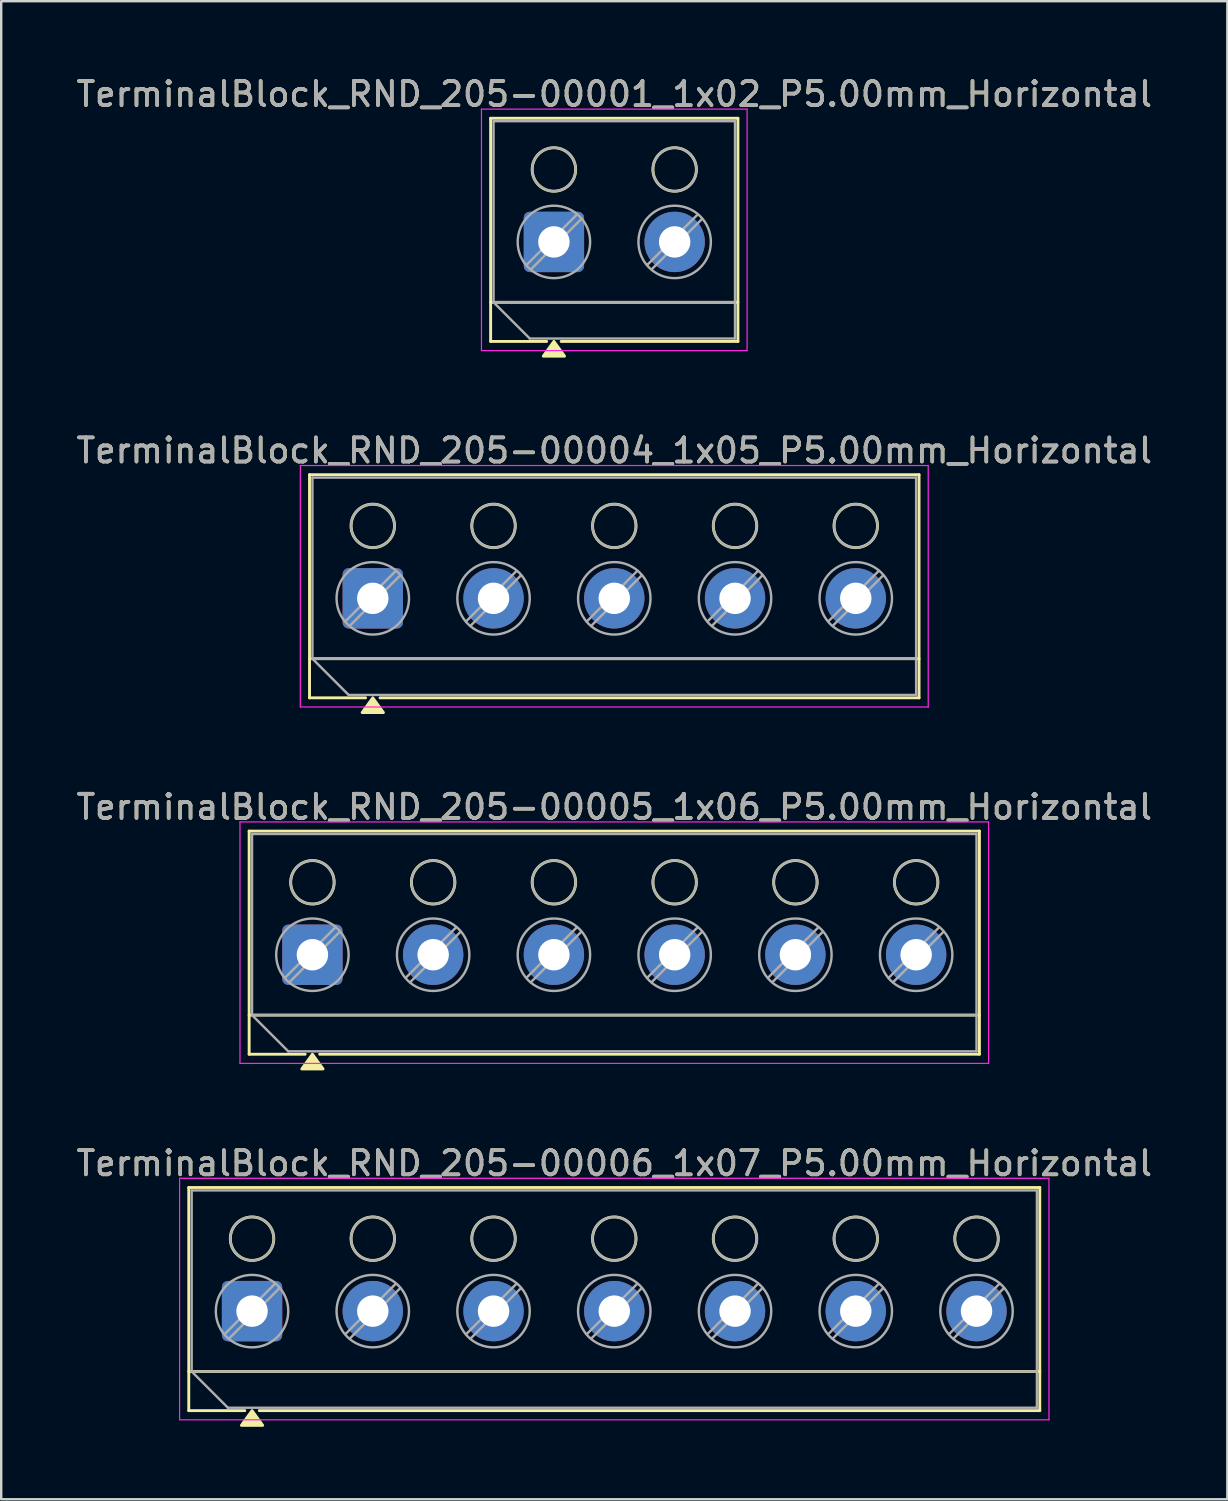
<source format=kicad_pcb>
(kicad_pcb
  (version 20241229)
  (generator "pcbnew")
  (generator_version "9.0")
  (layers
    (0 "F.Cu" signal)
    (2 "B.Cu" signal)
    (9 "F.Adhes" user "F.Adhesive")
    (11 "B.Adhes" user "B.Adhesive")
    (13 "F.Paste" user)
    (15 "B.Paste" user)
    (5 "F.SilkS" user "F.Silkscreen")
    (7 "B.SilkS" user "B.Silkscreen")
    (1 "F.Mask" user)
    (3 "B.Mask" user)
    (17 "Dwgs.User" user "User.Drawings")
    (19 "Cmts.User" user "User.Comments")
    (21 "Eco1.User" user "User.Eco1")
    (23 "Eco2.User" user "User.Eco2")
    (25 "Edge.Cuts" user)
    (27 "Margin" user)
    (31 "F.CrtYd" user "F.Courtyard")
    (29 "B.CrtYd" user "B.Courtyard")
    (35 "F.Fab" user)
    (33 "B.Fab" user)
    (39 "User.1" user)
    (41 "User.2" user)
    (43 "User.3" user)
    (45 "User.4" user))
  (footprint "TerminalBlock_RND_205-00004_1x05_P5.00mm_Horizontal"
    (layer "F.Cu")
    (at 12.387 21.727)
    (property "Reference" "TerminalBlock_RND_205-00004_1x05_P5.00mm_Horizontal" (at 10 -6.12 0) (layer "F.SilkS") (effects (font (size 1 1) (thickness 0.15))))
    (attr through_hole)
    (fp_line (start -2.62 -5.12) (end -2.62 4.12) (stroke (width 0.12) (type solid)) (layer "F.SilkS"))
    (fp_line (start -2.62 -5.12) (end 22.62 -5.12) (stroke (width 0.12) (type solid)) (layer "F.SilkS"))
    (fp_line (start -2.62 2.5) (end 22.62 2.5) (stroke (width 0.12) (type solid)) (layer "F.SilkS"))
    (fp_line (start -2.62 4.12) (end -0.3 4.12) (stroke (width 0.12) (type solid)) (layer "F.SilkS"))
    (fp_line (start 0.3 4.12) (end 22.62 4.12) (stroke (width 0.12) (type solid)) (layer "F.SilkS"))
    (fp_line (start 22.62 -5.12) (end 22.62 4.12) (stroke (width 0.12) (type solid)) (layer "F.SilkS"))
    (fp_circle (center 0 -3) (end 0.9 -3) (stroke (width 0.12) (type solid)) (fill no) (layer "F.SilkS"))
    (fp_circle (center 5 -3) (end 5.9 -3) (stroke (width 0.12) (type solid)) (fill no) (layer "F.SilkS"))
    (fp_circle (center 10 -3) (end 10.9 -3) (stroke (width 0.12) (type solid)) (fill no) (layer "F.SilkS"))
    (fp_circle (center 15 -3) (end 15.9 -3) (stroke (width 0.12) (type solid)) (fill no) (layer "F.SilkS"))
    (fp_circle (center 20 -3) (end 20.9 -3) (stroke (width 0.12) (type solid)) (fill no) (layer "F.SilkS"))
    (fp_poly (pts (xy 0 4.12) (xy 0.44 4.73) (xy -0.44 4.73)) (stroke (width 0.12) (type solid)) (fill yes) (layer "F.SilkS"))
    (fp_line (start -3 -5.5) (end -3 4.5) (stroke (width 0.05) (type solid)) (layer "F.CrtYd"))
    (fp_line (start -3 4.5) (end 23 4.5) (stroke (width 0.05) (type solid)) (layer "F.CrtYd"))
    (fp_line (start 23 -5.5) (end -3 -5.5) (stroke (width 0.05) (type solid)) (layer "F.CrtYd"))
    (fp_line (start 23 4.5) (end 23 -5.5) (stroke (width 0.05) (type solid)) (layer "F.CrtYd"))
    (fp_line (start -2.5 -5) (end 22.5 -5) (stroke (width 0.1) (type solid)) (layer "F.Fab"))
    (fp_line (start -2.5 2.5) (end -2.5 -5) (stroke (width 0.1) (type solid)) (layer "F.Fab"))
    (fp_line (start -2.5 2.5) (end 22.5 2.5) (stroke (width 0.1) (type solid)) (layer "F.Fab"))
    (fp_line (start -1 4) (end -2.5 2.5) (stroke (width 0.1) (type solid)) (layer "F.Fab"))
    (fp_line (start 0.955 -1.138) (end -1.138 0.955) (stroke (width 0.1) (type solid)) (layer "F.Fab"))
    (fp_line (start 1.138 -0.955) (end -0.955 1.138) (stroke (width 0.1) (type solid)) (layer "F.Fab"))
    (fp_line (start 5.955 -1.138) (end 3.862 0.955) (stroke (width 0.1) (type solid)) (layer "F.Fab"))
    (fp_line (start 6.138 -0.955) (end 4.045 1.138) (stroke (width 0.1) (type solid)) (layer "F.Fab"))
    (fp_line (start 10.955 -1.138) (end 8.862 0.955) (stroke (width 0.1) (type solid)) (layer "F.Fab"))
    (fp_line (start 11.138 -0.955) (end 9.045 1.138) (stroke (width 0.1) (type solid)) (layer "F.Fab"))
    (fp_line (start 15.955 -1.138) (end 13.862 0.955) (stroke (width 0.1) (type solid)) (layer "F.Fab"))
    (fp_line (start 16.138 -0.955) (end 14.045 1.138) (stroke (width 0.1) (type solid)) (layer "F.Fab"))
    (fp_line (start 20.955 -1.138) (end 18.862 0.955) (stroke (width 0.1) (type solid)) (layer "F.Fab"))
    (fp_line (start 21.138 -0.955) (end 19.045 1.138) (stroke (width 0.1) (type solid)) (layer "F.Fab"))
    (fp_line (start 22.5 -5) (end 22.5 4) (stroke (width 0.1) (type solid)) (layer "F.Fab"))
    (fp_line (start 22.5 4) (end -1 4) (stroke (width 0.1) (type solid)) (layer "F.Fab"))
    (fp_circle (center 0 -3) (end 0.9 -3) (stroke (width 0.1) (type solid)) (fill no) (layer "F.Fab"))
    (fp_circle (center 0 0) (end 1.5 0) (stroke (width 0.1) (type solid)) (fill no) (layer "F.Fab"))
    (fp_circle (center 5 -3) (end 5.9 -3) (stroke (width 0.1) (type solid)) (fill no) (layer "F.Fab"))
    (fp_circle (center 5 0) (end 6.5 0) (stroke (width 0.1) (type solid)) (fill no) (layer "F.Fab"))
    (fp_circle (center 10 -3) (end 10.9 -3) (stroke (width 0.1) (type solid)) (fill no) (layer "F.Fab"))
    (fp_circle (center 10 0) (end 11.5 0) (stroke (width 0.1) (type solid)) (fill no) (layer "F.Fab"))
    (fp_circle (center 15 -3) (end 15.9 -3) (stroke (width 0.1) (type solid)) (fill no) (layer "F.Fab"))
    (fp_circle (center 15 0) (end 16.5 0) (stroke (width 0.1) (type solid)) (fill no) (layer "F.Fab"))
    (fp_circle (center 20 -3) (end 20.9 -3) (stroke (width 0.1) (type solid)) (fill no) (layer "F.Fab"))
    (fp_circle (center 20 0) (end 21.5 0) (stroke (width 0.1) (type solid)) (fill no) (layer "F.Fab"))
    (fp_text user "${REFERENCE}" (at 10 -6.12 0) (layer "F.Fab") (effects (font (size 1 1) (thickness 0.15))))
    (pad "1" thru_hole roundrect (at 0 0) (size 2.5 2.5) (drill 1.3) (layers "*.Cu" "*.Mask") (roundrect_rratio 0.1))
    (pad "2" thru_hole circle (at 5 0) (size 2.5 2.5) (drill 1.3) (layers "*.Cu" "*.Mask"))
    (pad "3" thru_hole circle (at 10 0) (size 2.5 2.5) (drill 1.3) (layers "*.Cu" "*.Mask"))
    (pad "4" thru_hole circle (at 15 0) (size 2.5 2.5) (drill 1.3) (layers "*.Cu" "*.Mask"))
    (pad "5" thru_hole circle (at 20 0) (size 2.5 2.5) (drill 1.3) (layers "*.Cu" "*.Mask")))
  (footprint "TerminalBlock_RND_205-00005_1x06_P5.00mm_Horizontal"
    (layer "F.Cu")
    (at 9.887 36.485)
    (property "Reference" "TerminalBlock_RND_205-00005_1x06_P5.00mm_Horizontal" (at 12.5 -6.12 0) (layer "F.SilkS") (effects (font (size 1 1) (thickness 0.15))))
    (attr through_hole)
    (fp_line (start -2.62 -5.12) (end -2.62 4.12) (stroke (width 0.12) (type solid)) (layer "F.SilkS"))
    (fp_line (start -2.62 -5.12) (end 27.62 -5.12) (stroke (width 0.12) (type solid)) (layer "F.SilkS"))
    (fp_line (start -2.62 2.5) (end 27.62 2.5) (stroke (width 0.12) (type solid)) (layer "F.SilkS"))
    (fp_line (start -2.62 4.12) (end -0.3 4.12) (stroke (width 0.12) (type solid)) (layer "F.SilkS"))
    (fp_line (start 0.3 4.12) (end 27.62 4.12) (stroke (width 0.12) (type solid)) (layer "F.SilkS"))
    (fp_line (start 27.62 -5.12) (end 27.62 4.12) (stroke (width 0.12) (type solid)) (layer "F.SilkS"))
    (fp_circle (center 0 -3) (end 0.9 -3) (stroke (width 0.12) (type solid)) (fill no) (layer "F.SilkS"))
    (fp_circle (center 5 -3) (end 5.9 -3) (stroke (width 0.12) (type solid)) (fill no) (layer "F.SilkS"))
    (fp_circle (center 10 -3) (end 10.9 -3) (stroke (width 0.12) (type solid)) (fill no) (layer "F.SilkS"))
    (fp_circle (center 15 -3) (end 15.9 -3) (stroke (width 0.12) (type solid)) (fill no) (layer "F.SilkS"))
    (fp_circle (center 20 -3) (end 20.9 -3) (stroke (width 0.12) (type solid)) (fill no) (layer "F.SilkS"))
    (fp_circle (center 25 -3) (end 25.9 -3) (stroke (width 0.12) (type solid)) (fill no) (layer "F.SilkS"))
    (fp_poly (pts (xy 0 4.12) (xy 0.44 4.73) (xy -0.44 4.73)) (stroke (width 0.12) (type solid)) (fill yes) (layer "F.SilkS"))
    (fp_line (start -3 -5.5) (end -3 4.5) (stroke (width 0.05) (type solid)) (layer "F.CrtYd"))
    (fp_line (start -3 4.5) (end 28 4.5) (stroke (width 0.05) (type solid)) (layer "F.CrtYd"))
    (fp_line (start 28 -5.5) (end -3 -5.5) (stroke (width 0.05) (type solid)) (layer "F.CrtYd"))
    (fp_line (start 28 4.5) (end 28 -5.5) (stroke (width 0.05) (type solid)) (layer "F.CrtYd"))
    (fp_line (start -2.5 -5) (end 27.5 -5) (stroke (width 0.1) (type solid)) (layer "F.Fab"))
    (fp_line (start -2.5 2.5) (end -2.5 -5) (stroke (width 0.1) (type solid)) (layer "F.Fab"))
    (fp_line (start -2.5 2.5) (end 27.5 2.5) (stroke (width 0.1) (type solid)) (layer "F.Fab"))
    (fp_line (start -1 4) (end -2.5 2.5) (stroke (width 0.1) (type solid)) (layer "F.Fab"))
    (fp_line (start 0.955 -1.138) (end -1.138 0.955) (stroke (width 0.1) (type solid)) (layer "F.Fab"))
    (fp_line (start 1.138 -0.955) (end -0.955 1.138) (stroke (width 0.1) (type solid)) (layer "F.Fab"))
    (fp_line (start 5.955 -1.138) (end 3.862 0.955) (stroke (width 0.1) (type solid)) (layer "F.Fab"))
    (fp_line (start 6.138 -0.955) (end 4.045 1.138) (stroke (width 0.1) (type solid)) (layer "F.Fab"))
    (fp_line (start 10.955 -1.138) (end 8.862 0.955) (stroke (width 0.1) (type solid)) (layer "F.Fab"))
    (fp_line (start 11.138 -0.955) (end 9.045 1.138) (stroke (width 0.1) (type solid)) (layer "F.Fab"))
    (fp_line (start 15.955 -1.138) (end 13.862 0.955) (stroke (width 0.1) (type solid)) (layer "F.Fab"))
    (fp_line (start 16.138 -0.955) (end 14.045 1.138) (stroke (width 0.1) (type solid)) (layer "F.Fab"))
    (fp_line (start 20.955 -1.138) (end 18.862 0.955) (stroke (width 0.1) (type solid)) (layer "F.Fab"))
    (fp_line (start 21.138 -0.955) (end 19.045 1.138) (stroke (width 0.1) (type solid)) (layer "F.Fab"))
    (fp_line (start 25.955 -1.138) (end 23.862 0.955) (stroke (width 0.1) (type solid)) (layer "F.Fab"))
    (fp_line (start 26.138 -0.955) (end 24.045 1.138) (stroke (width 0.1) (type solid)) (layer "F.Fab"))
    (fp_line (start 27.5 -5) (end 27.5 4) (stroke (width 0.1) (type solid)) (layer "F.Fab"))
    (fp_line (start 27.5 4) (end -1 4) (stroke (width 0.1) (type solid)) (layer "F.Fab"))
    (fp_circle (center 0 -3) (end 0.9 -3) (stroke (width 0.1) (type solid)) (fill no) (layer "F.Fab"))
    (fp_circle (center 0 0) (end 1.5 0) (stroke (width 0.1) (type solid)) (fill no) (layer "F.Fab"))
    (fp_circle (center 5 -3) (end 5.9 -3) (stroke (width 0.1) (type solid)) (fill no) (layer "F.Fab"))
    (fp_circle (center 5 0) (end 6.5 0) (stroke (width 0.1) (type solid)) (fill no) (layer "F.Fab"))
    (fp_circle (center 10 -3) (end 10.9 -3) (stroke (width 0.1) (type solid)) (fill no) (layer "F.Fab"))
    (fp_circle (center 10 0) (end 11.5 0) (stroke (width 0.1) (type solid)) (fill no) (layer "F.Fab"))
    (fp_circle (center 15 -3) (end 15.9 -3) (stroke (width 0.1) (type solid)) (fill no) (layer "F.Fab"))
    (fp_circle (center 15 0) (end 16.5 0) (stroke (width 0.1) (type solid)) (fill no) (layer "F.Fab"))
    (fp_circle (center 20 -3) (end 20.9 -3) (stroke (width 0.1) (type solid)) (fill no) (layer "F.Fab"))
    (fp_circle (center 20 0) (end 21.5 0) (stroke (width 0.1) (type solid)) (fill no) (layer "F.Fab"))
    (fp_circle (center 25 -3) (end 25.9 -3) (stroke (width 0.1) (type solid)) (fill no) (layer "F.Fab"))
    (fp_circle (center 25 0) (end 26.5 0) (stroke (width 0.1) (type solid)) (fill no) (layer "F.Fab"))
    (fp_text user "${REFERENCE}" (at 12.5 -6.12 0) (layer "F.Fab") (effects (font (size 1 1) (thickness 0.15))))
    (pad "1" thru_hole roundrect (at 0 0) (size 2.5 2.5) (drill 1.3) (layers "*.Cu" "*.Mask") (roundrect_rratio 0.1))
    (pad "2" thru_hole circle (at 5 0) (size 2.5 2.5) (drill 1.3) (layers "*.Cu" "*.Mask"))
    (pad "3" thru_hole circle (at 10 0) (size 2.5 2.5) (drill 1.3) (layers "*.Cu" "*.Mask"))
    (pad "4" thru_hole circle (at 15 0) (size 2.5 2.5) (drill 1.3) (layers "*.Cu" "*.Mask"))
    (pad "5" thru_hole circle (at 20 0) (size 2.5 2.5) (drill 1.3) (layers "*.Cu" "*.Mask"))
    (pad "6" thru_hole circle (at 25 0) (size 2.5 2.5) (drill 1.3) (layers "*.Cu" "*.Mask")))
  (footprint "TerminalBlock_RND_205-00001_1x02_P5.00mm_Horizontal"
    (layer "F.Cu")
    (at 19.887 6.968)
    (property "Reference" "TerminalBlock_RND_205-00001_1x02_P5.00mm_Horizontal" (at 2.5 -6.12 0) (layer "F.SilkS") (effects (font (size 1 1) (thickness 0.15))))
    (attr through_hole)
    (fp_line (start -2.62 -5.12) (end -2.62 4.12) (stroke (width 0.12) (type solid)) (layer "F.SilkS"))
    (fp_line (start -2.62 -5.12) (end 7.62 -5.12) (stroke (width 0.12) (type solid)) (layer "F.SilkS"))
    (fp_line (start -2.62 2.5) (end 7.62 2.5) (stroke (width 0.12) (type solid)) (layer "F.SilkS"))
    (fp_line (start -2.62 4.12) (end -0.3 4.12) (stroke (width 0.12) (type solid)) (layer "F.SilkS"))
    (fp_line (start 0.3 4.12) (end 7.62 4.12) (stroke (width 0.12) (type solid)) (layer "F.SilkS"))
    (fp_line (start 7.62 -5.12) (end 7.62 4.12) (stroke (width 0.12) (type solid)) (layer "F.SilkS"))
    (fp_circle (center 0 -3) (end 0.9 -3) (stroke (width 0.12) (type solid)) (fill no) (layer "F.SilkS"))
    (fp_circle (center 5 -3) (end 5.9 -3) (stroke (width 0.12) (type solid)) (fill no) (layer "F.SilkS"))
    (fp_poly (pts (xy 0 4.12) (xy 0.44 4.73) (xy -0.44 4.73)) (stroke (width 0.12) (type solid)) (fill yes) (layer "F.SilkS"))
    (fp_line (start -3 -5.5) (end -3 4.5) (stroke (width 0.05) (type solid)) (layer "F.CrtYd"))
    (fp_line (start -3 4.5) (end 8 4.5) (stroke (width 0.05) (type solid)) (layer "F.CrtYd"))
    (fp_line (start 8 -5.5) (end -3 -5.5) (stroke (width 0.05) (type solid)) (layer "F.CrtYd"))
    (fp_line (start 8 4.5) (end 8 -5.5) (stroke (width 0.05) (type solid)) (layer "F.CrtYd"))
    (fp_line (start -2.5 -5) (end 7.5 -5) (stroke (width 0.1) (type solid)) (layer "F.Fab"))
    (fp_line (start -2.5 2.5) (end -2.5 -5) (stroke (width 0.1) (type solid)) (layer "F.Fab"))
    (fp_line (start -2.5 2.5) (end 7.5 2.5) (stroke (width 0.1) (type solid)) (layer "F.Fab"))
    (fp_line (start -1 4) (end -2.5 2.5) (stroke (width 0.1) (type solid)) (layer "F.Fab"))
    (fp_line (start 0.955 -1.138) (end -1.138 0.955) (stroke (width 0.1) (type solid)) (layer "F.Fab"))
    (fp_line (start 1.138 -0.955) (end -0.955 1.138) (stroke (width 0.1) (type solid)) (layer "F.Fab"))
    (fp_line (start 5.955 -1.138) (end 3.862 0.955) (stroke (width 0.1) (type solid)) (layer "F.Fab"))
    (fp_line (start 6.138 -0.955) (end 4.045 1.138) (stroke (width 0.1) (type solid)) (layer "F.Fab"))
    (fp_line (start 7.5 -5) (end 7.5 4) (stroke (width 0.1) (type solid)) (layer "F.Fab"))
    (fp_line (start 7.5 4) (end -1 4) (stroke (width 0.1) (type solid)) (layer "F.Fab"))
    (fp_circle (center 0 -3) (end 0.9 -3) (stroke (width 0.1) (type solid)) (fill no) (layer "F.Fab"))
    (fp_circle (center 0 0) (end 1.5 0) (stroke (width 0.1) (type solid)) (fill no) (layer "F.Fab"))
    (fp_circle (center 5 -3) (end 5.9 -3) (stroke (width 0.1) (type solid)) (fill no) (layer "F.Fab"))
    (fp_circle (center 5 0) (end 6.5 0) (stroke (width 0.1) (type solid)) (fill no) (layer "F.Fab"))
    (fp_text user "${REFERENCE}" (at 2.5 -6.12 0) (layer "F.Fab") (effects (font (size 1 1) (thickness 0.15))))
    (pad "1" thru_hole roundrect (at 0 0) (size 2.5 2.5) (drill 1.3) (layers "*.Cu" "*.Mask") (roundrect_rratio 0.1))
    (pad "2" thru_hole circle (at 5 0) (size 2.5 2.5) (drill 1.3) (layers "*.Cu" "*.Mask")))
  (footprint "TerminalBlock_RND_205-00006_1x07_P5.00mm_Horizontal"
    (layer "F.Cu")
    (at 7.387 51.243)
    (property "Reference" "TerminalBlock_RND_205-00006_1x07_P5.00mm_Horizontal" (at 15 -6.12 0) (layer "F.SilkS") (effects (font (size 1 1) (thickness 0.15))))
    (attr through_hole)
    (fp_line (start -2.62 -5.12) (end -2.62 4.12) (stroke (width 0.12) (type solid)) (layer "F.SilkS"))
    (fp_line (start -2.62 -5.12) (end 32.62 -5.12) (stroke (width 0.12) (type solid)) (layer "F.SilkS"))
    (fp_line (start -2.62 2.5) (end 32.62 2.5) (stroke (width 0.12) (type solid)) (layer "F.SilkS"))
    (fp_line (start -2.62 4.12) (end -0.3 4.12) (stroke (width 0.12) (type solid)) (layer "F.SilkS"))
    (fp_line (start 0.3 4.12) (end 32.62 4.12) (stroke (width 0.12) (type solid)) (layer "F.SilkS"))
    (fp_line (start 32.62 -5.12) (end 32.62 4.12) (stroke (width 0.12) (type solid)) (layer "F.SilkS"))
    (fp_circle (center 0 -3) (end 0.9 -3) (stroke (width 0.12) (type solid)) (fill no) (layer "F.SilkS"))
    (fp_circle (center 5 -3) (end 5.9 -3) (stroke (width 0.12) (type solid)) (fill no) (layer "F.SilkS"))
    (fp_circle (center 10 -3) (end 10.9 -3) (stroke (width 0.12) (type solid)) (fill no) (layer "F.SilkS"))
    (fp_circle (center 15 -3) (end 15.9 -3) (stroke (width 0.12) (type solid)) (fill no) (layer "F.SilkS"))
    (fp_circle (center 20 -3) (end 20.9 -3) (stroke (width 0.12) (type solid)) (fill no) (layer "F.SilkS"))
    (fp_circle (center 25 -3) (end 25.9 -3) (stroke (width 0.12) (type solid)) (fill no) (layer "F.SilkS"))
    (fp_circle (center 30 -3) (end 30.9 -3) (stroke (width 0.12) (type solid)) (fill no) (layer "F.SilkS"))
    (fp_poly (pts (xy 0 4.12) (xy 0.44 4.73) (xy -0.44 4.73)) (stroke (width 0.12) (type solid)) (fill yes) (layer "F.SilkS"))
    (fp_line (start -3 -5.5) (end -3 4.5) (stroke (width 0.05) (type solid)) (layer "F.CrtYd"))
    (fp_line (start -3 4.5) (end 33 4.5) (stroke (width 0.05) (type solid)) (layer "F.CrtYd"))
    (fp_line (start 33 -5.5) (end -3 -5.5) (stroke (width 0.05) (type solid)) (layer "F.CrtYd"))
    (fp_line (start 33 4.5) (end 33 -5.5) (stroke (width 0.05) (type solid)) (layer "F.CrtYd"))
    (fp_line (start -2.5 -5) (end 32.5 -5) (stroke (width 0.1) (type solid)) (layer "F.Fab"))
    (fp_line (start -2.5 2.5) (end -2.5 -5) (stroke (width 0.1) (type solid)) (layer "F.Fab"))
    (fp_line (start -2.5 2.5) (end 32.5 2.5) (stroke (width 0.1) (type solid)) (layer "F.Fab"))
    (fp_line (start -1 4) (end -2.5 2.5) (stroke (width 0.1) (type solid)) (layer "F.Fab"))
    (fp_line (start 0.955 -1.138) (end -1.138 0.955) (stroke (width 0.1) (type solid)) (layer "F.Fab"))
    (fp_line (start 1.138 -0.955) (end -0.955 1.138) (stroke (width 0.1) (type solid)) (layer "F.Fab"))
    (fp_line (start 5.955 -1.138) (end 3.862 0.955) (stroke (width 0.1) (type solid)) (layer "F.Fab"))
    (fp_line (start 6.138 -0.955) (end 4.045 1.138) (stroke (width 0.1) (type solid)) (layer "F.Fab"))
    (fp_line (start 10.955 -1.138) (end 8.862 0.955) (stroke (width 0.1) (type solid)) (layer "F.Fab"))
    (fp_line (start 11.138 -0.955) (end 9.045 1.138) (stroke (width 0.1) (type solid)) (layer "F.Fab"))
    (fp_line (start 15.955 -1.138) (end 13.862 0.955) (stroke (width 0.1) (type solid)) (layer "F.Fab"))
    (fp_line (start 16.138 -0.955) (end 14.045 1.138) (stroke (width 0.1) (type solid)) (layer "F.Fab"))
    (fp_line (start 20.955 -1.138) (end 18.862 0.955) (stroke (width 0.1) (type solid)) (layer "F.Fab"))
    (fp_line (start 21.138 -0.955) (end 19.045 1.138) (stroke (width 0.1) (type solid)) (layer "F.Fab"))
    (fp_line (start 25.955 -1.138) (end 23.862 0.955) (stroke (width 0.1) (type solid)) (layer "F.Fab"))
    (fp_line (start 26.138 -0.955) (end 24.045 1.138) (stroke (width 0.1) (type solid)) (layer "F.Fab"))
    (fp_line (start 30.955 -1.138) (end 28.862 0.955) (stroke (width 0.1) (type solid)) (layer "F.Fab"))
    (fp_line (start 31.138 -0.955) (end 29.045 1.138) (stroke (width 0.1) (type solid)) (layer "F.Fab"))
    (fp_line (start 32.5 -5) (end 32.5 4) (stroke (width 0.1) (type solid)) (layer "F.Fab"))
    (fp_line (start 32.5 4) (end -1 4) (stroke (width 0.1) (type solid)) (layer "F.Fab"))
    (fp_circle (center 0 -3) (end 0.9 -3) (stroke (width 0.1) (type solid)) (fill no) (layer "F.Fab"))
    (fp_circle (center 0 0) (end 1.5 0) (stroke (width 0.1) (type solid)) (fill no) (layer "F.Fab"))
    (fp_circle (center 5 -3) (end 5.9 -3) (stroke (width 0.1) (type solid)) (fill no) (layer "F.Fab"))
    (fp_circle (center 5 0) (end 6.5 0) (stroke (width 0.1) (type solid)) (fill no) (layer "F.Fab"))
    (fp_circle (center 10 -3) (end 10.9 -3) (stroke (width 0.1) (type solid)) (fill no) (layer "F.Fab"))
    (fp_circle (center 10 0) (end 11.5 0) (stroke (width 0.1) (type solid)) (fill no) (layer "F.Fab"))
    (fp_circle (center 15 -3) (end 15.9 -3) (stroke (width 0.1) (type solid)) (fill no) (layer "F.Fab"))
    (fp_circle (center 15 0) (end 16.5 0) (stroke (width 0.1) (type solid)) (fill no) (layer "F.Fab"))
    (fp_circle (center 20 -3) (end 20.9 -3) (stroke (width 0.1) (type solid)) (fill no) (layer "F.Fab"))
    (fp_circle (center 20 0) (end 21.5 0) (stroke (width 0.1) (type solid)) (fill no) (layer "F.Fab"))
    (fp_circle (center 25 -3) (end 25.9 -3) (stroke (width 0.1) (type solid)) (fill no) (layer "F.Fab"))
    (fp_circle (center 25 0) (end 26.5 0) (stroke (width 0.1) (type solid)) (fill no) (layer "F.Fab"))
    (fp_circle (center 30 -3) (end 30.9 -3) (stroke (width 0.1) (type solid)) (fill no) (layer "F.Fab"))
    (fp_circle (center 30 0) (end 31.5 0) (stroke (width 0.1) (type solid)) (fill no) (layer "F.Fab"))
    (fp_text user "${REFERENCE}" (at 15 -6.12 0) (layer "F.Fab") (effects (font (size 1 1) (thickness 0.15))))
    (pad "1" thru_hole roundrect (at 0 0) (size 2.5 2.5) (drill 1.3) (layers "*.Cu" "*.Mask") (roundrect_rratio 0.1))
    (pad "2" thru_hole circle (at 5 0) (size 2.5 2.5) (drill 1.3) (layers "*.Cu" "*.Mask"))
    (pad "3" thru_hole circle (at 10 0) (size 2.5 2.5) (drill 1.3) (layers "*.Cu" "*.Mask"))
    (pad "4" thru_hole circle (at 15 0) (size 2.5 2.5) (drill 1.3) (layers "*.Cu" "*.Mask"))
    (pad "5" thru_hole circle (at 20 0) (size 2.5 2.5) (drill 1.3) (layers "*.Cu" "*.Mask"))
    (pad "6" thru_hole circle (at 25 0) (size 2.5 2.5) (drill 1.3) (layers "*.Cu" "*.Mask"))
    (pad "7" thru_hole circle (at 30 0) (size 2.5 2.5) (drill 1.3) (layers "*.Cu" "*.Mask")))
  (gr_rect
    (start -3 -3)
    (end 47.774 59.033)
    (stroke (width 0.1) (type default))
    (fill no)
    (layer "Edge.Cuts")))
</source>
